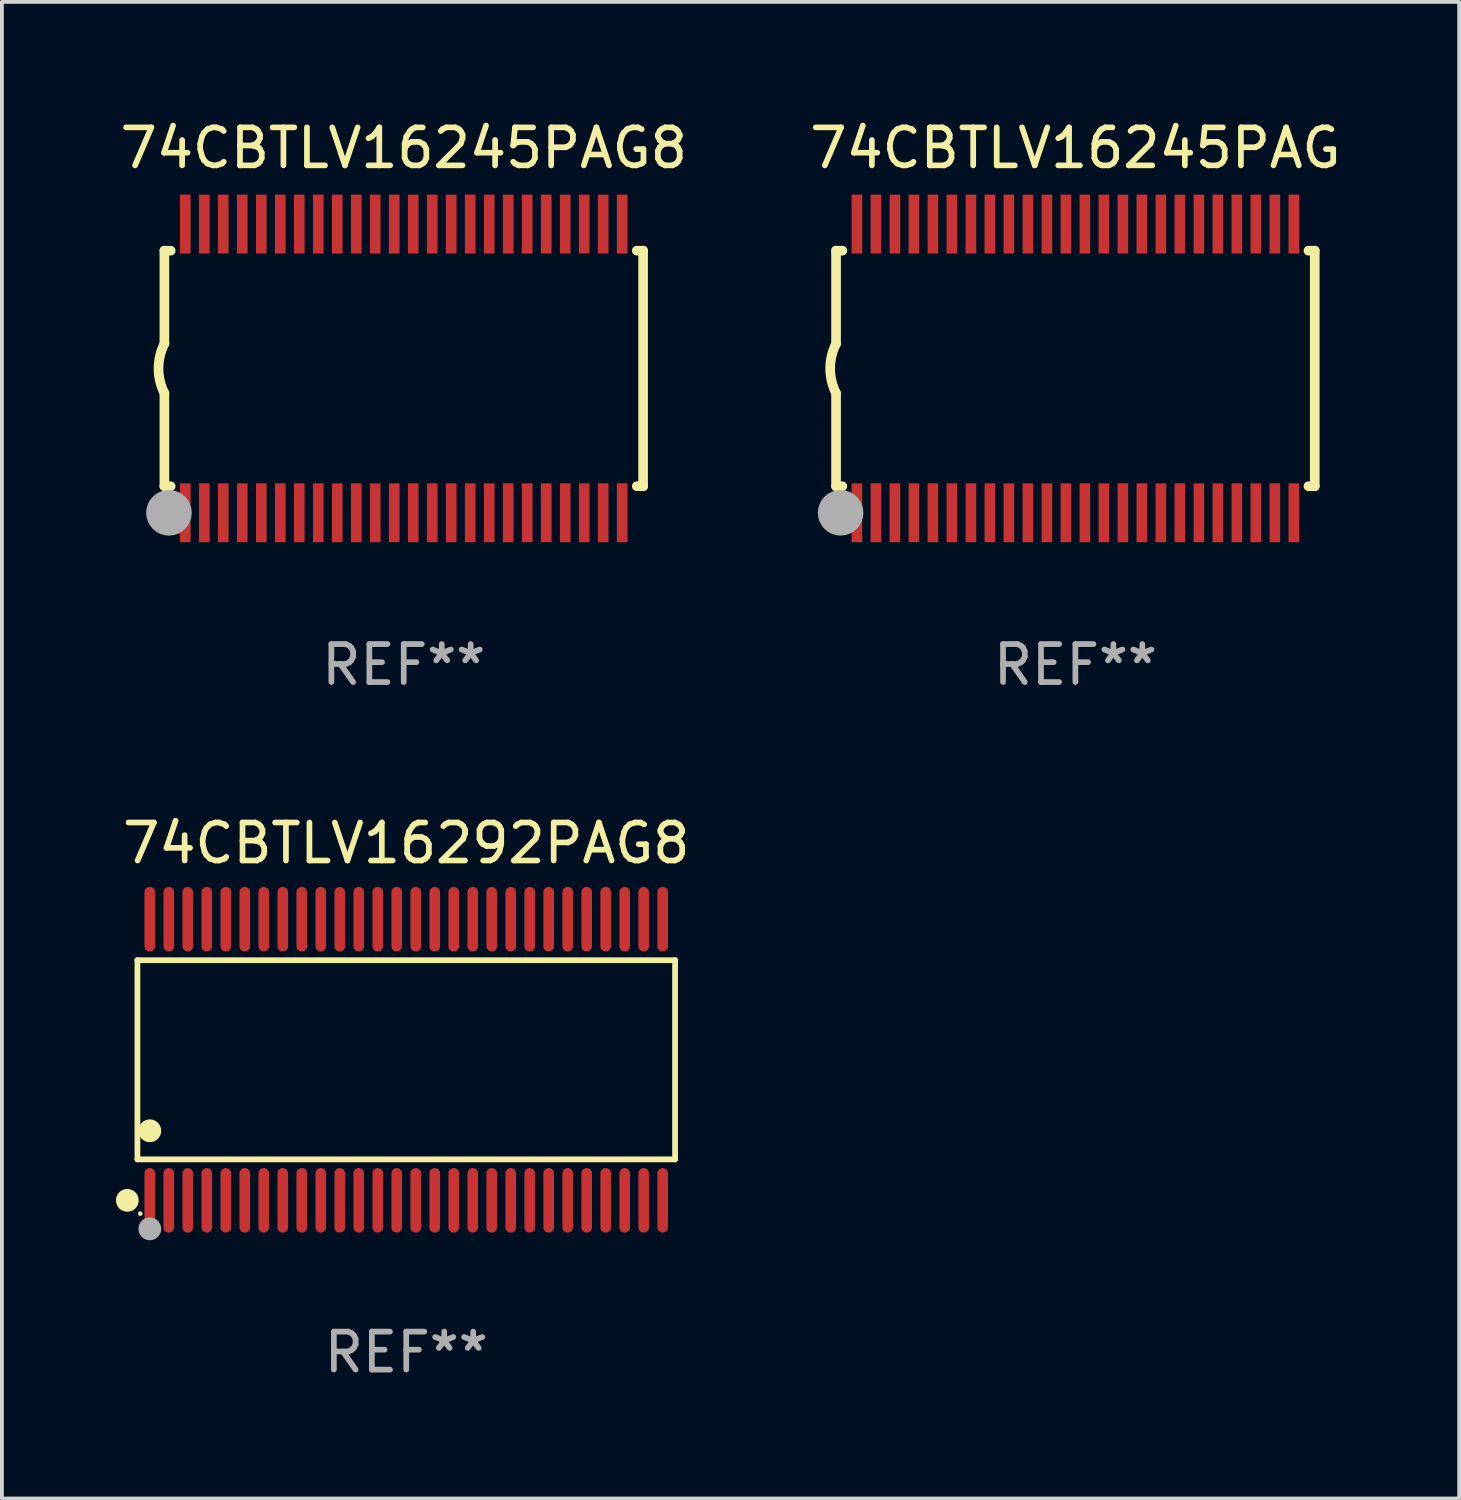
<source format=kicad_pcb>
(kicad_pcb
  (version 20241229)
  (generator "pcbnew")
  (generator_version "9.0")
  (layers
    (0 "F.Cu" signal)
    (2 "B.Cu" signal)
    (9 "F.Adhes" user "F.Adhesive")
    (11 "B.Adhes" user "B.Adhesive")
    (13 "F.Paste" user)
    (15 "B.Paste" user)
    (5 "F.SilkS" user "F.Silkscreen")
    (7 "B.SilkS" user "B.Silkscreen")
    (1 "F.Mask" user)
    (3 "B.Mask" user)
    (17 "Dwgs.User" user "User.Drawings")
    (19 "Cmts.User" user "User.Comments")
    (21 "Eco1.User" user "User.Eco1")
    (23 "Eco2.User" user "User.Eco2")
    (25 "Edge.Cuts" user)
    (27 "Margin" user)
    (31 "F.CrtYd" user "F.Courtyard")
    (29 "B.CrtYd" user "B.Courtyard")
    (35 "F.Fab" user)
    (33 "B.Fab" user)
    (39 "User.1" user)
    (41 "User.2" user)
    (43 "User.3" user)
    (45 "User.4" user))
  (footprint "74CBTLV16245PAG"
    (layer "F.Cu")
    (at 25.256 6.648)
    (property "Reference" "74CBTLV16245PAG" (at 0 -5.8 0) (layer "F.SilkS") (effects (font (size 1 1) (thickness 0.15))))
    (attr through_hole)
    (fp_line (start -6.3 -3.1) (end -6.3 -0.65) (stroke (width 0.254) (type solid)) (layer "F.SilkS"))
    (fp_line (start -6.3 -3.1) (end -6.134 -3.1) (stroke (width 0.254) (type solid)) (layer "F.SilkS"))
    (fp_line (start -6.3 3.1) (end -6.3 0.65) (stroke (width 0.254) (type solid)) (layer "F.SilkS"))
    (fp_line (start -6.3 3.1) (end -6.134 3.1) (stroke (width 0.254) (type solid)) (layer "F.SilkS"))
    (fp_line (start 6.134 -3.1) (end 6.3 -3.1) (stroke (width 0.254) (type solid)) (layer "F.SilkS"))
    (fp_line (start 6.134 3.1) (end 6.3 3.1) (stroke (width 0.254) (type solid)) (layer "F.SilkS"))
    (fp_line (start 6.3 -3.1) (end 6.3 3.1) (stroke (width 0.254) (type solid)) (layer "F.SilkS"))
    (fp_arc (start -6.301016 0.650114) (mid -6.45413 -0.000082) (end -6.3 -0.650038) (stroke (width 0.254001) (type solid)) (layer "F.SilkS"))
    (fp_circle (center -6.35 3.81) (end -6.223 3.81) (stroke (width 0.254) (type solid)) (fill no) (layer "F.SilkS"))
    (fp_circle (center -6.25 4.05) (end -6.22 4.05) (stroke (width 0.06) (type solid)) (fill no) (layer "F.SilkS"))
    (fp_circle (center -6.18 3.8) (end -5.88 3.8) (stroke (width 0.6) (type solid)) (fill no) (layer "F.Fab"))
    (fp_text user "REF**" (at 0 7.8 0) (layer "F.Fab") (effects (font (size 1 1) (thickness 0.15))))
    (pad "1" smd rect (at -5.75 3.8) (size 0.28 1.55) (layers "F.Cu" "F.Mask" "F.Paste"))
    (pad "2" smd rect (at -5.25 3.8) (size 0.28 1.55) (layers "F.Cu" "F.Mask" "F.Paste"))
    (pad "3" smd rect (at -4.75 3.8) (size 0.28 1.55) (layers "F.Cu" "F.Mask" "F.Paste"))
    (pad "4" smd rect (at -4.25 3.8) (size 0.28 1.55) (layers "F.Cu" "F.Mask" "F.Paste"))
    (pad "5" smd rect (at -3.75 3.8) (size 0.28 1.55) (layers "F.Cu" "F.Mask" "F.Paste"))
    (pad "6" smd rect (at -3.25 3.8) (size 0.28 1.55) (layers "F.Cu" "F.Mask" "F.Paste"))
    (pad "7" smd rect (at -2.75 3.8) (size 0.28 1.55) (layers "F.Cu" "F.Mask" "F.Paste"))
    (pad "8" smd rect (at -2.25 3.8) (size 0.28 1.55) (layers "F.Cu" "F.Mask" "F.Paste"))
    (pad "9" smd rect (at -1.75 3.8) (size 0.28 1.55) (layers "F.Cu" "F.Mask" "F.Paste"))
    (pad "10" smd rect (at -1.25 3.8) (size 0.28 1.55) (layers "F.Cu" "F.Mask" "F.Paste"))
    (pad "11" smd rect (at -0.75 3.8) (size 0.28 1.55) (layers "F.Cu" "F.Mask" "F.Paste"))
    (pad "12" smd rect (at -0.25 3.8) (size 0.28 1.55) (layers "F.Cu" "F.Mask" "F.Paste"))
    (pad "13" smd rect (at 0.25 3.8) (size 0.28 1.55) (layers "F.Cu" "F.Mask" "F.Paste"))
    (pad "14" smd rect (at 0.75 3.8) (size 0.28 1.55) (layers "F.Cu" "F.Mask" "F.Paste"))
    (pad "15" smd rect (at 1.25 3.8) (size 0.28 1.55) (layers "F.Cu" "F.Mask" "F.Paste"))
    (pad "16" smd rect (at 1.75 3.8) (size 0.28 1.55) (layers "F.Cu" "F.Mask" "F.Paste"))
    (pad "17" smd rect (at 2.25 3.8) (size 0.28 1.55) (layers "F.Cu" "F.Mask" "F.Paste"))
    (pad "18" smd rect (at 2.75 3.8) (size 0.28 1.55) (layers "F.Cu" "F.Mask" "F.Paste"))
    (pad "19" smd rect (at 3.25 3.8) (size 0.28 1.55) (layers "F.Cu" "F.Mask" "F.Paste"))
    (pad "20" smd rect (at 3.75 3.8) (size 0.28 1.55) (layers "F.Cu" "F.Mask" "F.Paste"))
    (pad "21" smd rect (at 4.25 3.8) (size 0.28 1.55) (layers "F.Cu" "F.Mask" "F.Paste"))
    (pad "22" smd rect (at 4.75 3.8) (size 0.28 1.55) (layers "F.Cu" "F.Mask" "F.Paste"))
    (pad "23" smd rect (at 5.25 3.8) (size 0.28 1.55) (layers "F.Cu" "F.Mask" "F.Paste"))
    (pad "24" smd rect (at 5.75 3.8) (size 0.28 1.55) (layers "F.Cu" "F.Mask" "F.Paste"))
    (pad "25" smd rect (at 5.75 -3.8) (size 0.28 1.55) (layers "F.Cu" "F.Mask" "F.Paste"))
    (pad "26" smd rect (at 5.25 -3.8) (size 0.28 1.55) (layers "F.Cu" "F.Mask" "F.Paste"))
    (pad "27" smd rect (at 4.75 -3.8) (size 0.28 1.55) (layers "F.Cu" "F.Mask" "F.Paste"))
    (pad "28" smd rect (at 4.25 -3.8) (size 0.28 1.55) (layers "F.Cu" "F.Mask" "F.Paste"))
    (pad "29" smd rect (at 3.75 -3.8) (size 0.28 1.55) (layers "F.Cu" "F.Mask" "F.Paste"))
    (pad "30" smd rect (at 3.25 -3.8) (size 0.28 1.55) (layers "F.Cu" "F.Mask" "F.Paste"))
    (pad "31" smd rect (at 2.75 -3.8) (size 0.28 1.55) (layers "F.Cu" "F.Mask" "F.Paste"))
    (pad "32" smd rect (at 2.25 -3.8) (size 0.28 1.55) (layers "F.Cu" "F.Mask" "F.Paste"))
    (pad "33" smd rect (at 1.75 -3.8) (size 0.28 1.55) (layers "F.Cu" "F.Mask" "F.Paste"))
    (pad "34" smd rect (at 1.25 -3.8) (size 0.28 1.55) (layers "F.Cu" "F.Mask" "F.Paste"))
    (pad "35" smd rect (at 0.75 -3.8) (size 0.28 1.55) (layers "F.Cu" "F.Mask" "F.Paste"))
    (pad "36" smd rect (at 0.25 -3.8) (size 0.28 1.55) (layers "F.Cu" "F.Mask" "F.Paste"))
    (pad "37" smd rect (at -0.25 -3.8) (size 0.28 1.55) (layers "F.Cu" "F.Mask" "F.Paste"))
    (pad "38" smd rect (at -0.75 -3.8) (size 0.28 1.55) (layers "F.Cu" "F.Mask" "F.Paste"))
    (pad "39" smd rect (at -1.25 -3.8) (size 0.28 1.55) (layers "F.Cu" "F.Mask" "F.Paste"))
    (pad "40" smd rect (at -1.75 -3.8) (size 0.28 1.55) (layers "F.Cu" "F.Mask" "F.Paste"))
    (pad "41" smd rect (at -2.25 -3.8) (size 0.28 1.55) (layers "F.Cu" "F.Mask" "F.Paste"))
    (pad "42" smd rect (at -2.75 -3.8) (size 0.28 1.55) (layers "F.Cu" "F.Mask" "F.Paste"))
    (pad "43" smd rect (at -3.25 -3.8) (size 0.28 1.55) (layers "F.Cu" "F.Mask" "F.Paste"))
    (pad "44" smd rect (at -3.75 -3.8) (size 0.28 1.55) (layers "F.Cu" "F.Mask" "F.Paste"))
    (pad "45" smd rect (at -4.25 -3.8) (size 0.28 1.55) (layers "F.Cu" "F.Mask" "F.Paste"))
    (pad "46" smd rect (at -4.75 -3.8) (size 0.28 1.55) (layers "F.Cu" "F.Mask" "F.Paste"))
    (pad "47" smd rect (at -5.25 -3.8) (size 0.28 1.55) (layers "F.Cu" "F.Mask" "F.Paste"))
    (pad "48" smd rect (at -5.75 -3.8) (size 0.28 1.55) (layers "F.Cu" "F.Mask" "F.Paste")))
  (footprint "74CBTLV16292PAG8"
    (layer "F.Cu")
    (at 7.643 24.845)
    (property "Reference" "74CBTLV16292PAG8" (at 0 -5.7 0) (layer "F.SilkS") (effects (font (size 1 1) (thickness 0.15))))
    (attr through_hole)
    (fp_line (start -7.076 -2.621) (end 7.076 -2.621) (stroke (width 0.152) (type solid)) (layer "F.SilkS"))
    (fp_line (start -7.076 2.621) (end -7.076 -2.621) (stroke (width 0.152) (type solid)) (layer "F.SilkS"))
    (fp_line (start 7.076 -2.621) (end 7.076 2.621) (stroke (width 0.152) (type solid)) (layer "F.SilkS"))
    (fp_line (start 7.076 2.621) (end -7.076 2.621) (stroke (width 0.152) (type solid)) (layer "F.SilkS"))
    (fp_circle (center -7.342 3.7) (end -7.192 3.7) (stroke (width 0.3) (type solid)) (fill no) (layer "F.SilkS"))
    (fp_circle (center -7 4.05) (end -6.97 4.05) (stroke (width 0.06) (type solid)) (fill no) (layer "F.SilkS"))
    (fp_circle (center -6.75 1.869) (end -6.6 1.869) (stroke (width 0.3) (type solid)) (fill no) (layer "F.SilkS"))
    (fp_circle (center -6.75 4.45) (end -6.6 4.45) (stroke (width 0.3) (type solid)) (fill no) (layer "F.Fab"))
    (fp_text user "REF**" (at 0 7.7 0) (layer "F.Fab") (effects (font (size 1 1) (thickness 0.15))))
    (pad "1" smd oval (at -6.75 3.7) (size 0.28 1.7) (layers "F.Cu" "F.Mask" "F.Paste"))
    (pad "2" smd oval (at -6.25 3.7) (size 0.28 1.7) (layers "F.Cu" "F.Mask" "F.Paste"))
    (pad "3" smd oval (at -5.75 3.7) (size 0.28 1.7) (layers "F.Cu" "F.Mask" "F.Paste"))
    (pad "4" smd oval (at -5.25 3.7) (size 0.28 1.7) (layers "F.Cu" "F.Mask" "F.Paste"))
    (pad "5" smd oval (at -4.75 3.7) (size 0.28 1.7) (layers "F.Cu" "F.Mask" "F.Paste"))
    (pad "6" smd oval (at -4.25 3.7) (size 0.28 1.7) (layers "F.Cu" "F.Mask" "F.Paste"))
    (pad "7" smd oval (at -3.75 3.7) (size 0.28 1.7) (layers "F.Cu" "F.Mask" "F.Paste"))
    (pad "8" smd oval (at -3.25 3.7) (size 0.28 1.7) (layers "F.Cu" "F.Mask" "F.Paste"))
    (pad "9" smd oval (at -2.75 3.7) (size 0.28 1.7) (layers "F.Cu" "F.Mask" "F.Paste"))
    (pad "10" smd oval (at -2.25 3.7) (size 0.28 1.7) (layers "F.Cu" "F.Mask" "F.Paste"))
    (pad "11" smd oval (at -1.75 3.7) (size 0.28 1.7) (layers "F.Cu" "F.Mask" "F.Paste"))
    (pad "12" smd oval (at -1.25 3.7) (size 0.28 1.7) (layers "F.Cu" "F.Mask" "F.Paste"))
    (pad "13" smd oval (at -0.75 3.7) (size 0.28 1.7) (layers "F.Cu" "F.Mask" "F.Paste"))
    (pad "14" smd oval (at -0.25 3.7) (size 0.28 1.7) (layers "F.Cu" "F.Mask" "F.Paste"))
    (pad "15" smd oval (at 0.25 3.7) (size 0.28 1.7) (layers "F.Cu" "F.Mask" "F.Paste"))
    (pad "16" smd oval (at 0.75 3.7) (size 0.28 1.7) (layers "F.Cu" "F.Mask" "F.Paste"))
    (pad "17" smd oval (at 1.25 3.7) (size 0.28 1.7) (layers "F.Cu" "F.Mask" "F.Paste"))
    (pad "18" smd oval (at 1.75 3.7) (size 0.28 1.7) (layers "F.Cu" "F.Mask" "F.Paste"))
    (pad "19" smd oval (at 2.25 3.7) (size 0.28 1.7) (layers "F.Cu" "F.Mask" "F.Paste"))
    (pad "20" smd oval (at 2.75 3.7) (size 0.28 1.7) (layers "F.Cu" "F.Mask" "F.Paste"))
    (pad "21" smd oval (at 3.25 3.7) (size 0.28 1.7) (layers "F.Cu" "F.Mask" "F.Paste"))
    (pad "22" smd oval (at 3.75 3.7) (size 0.28 1.7) (layers "F.Cu" "F.Mask" "F.Paste"))
    (pad "23" smd oval (at 4.25 3.7) (size 0.28 1.7) (layers "F.Cu" "F.Mask" "F.Paste"))
    (pad "24" smd oval (at 4.75 3.7) (size 0.28 1.7) (layers "F.Cu" "F.Mask" "F.Paste"))
    (pad "25" smd oval (at 5.25 3.7) (size 0.28 1.7) (layers "F.Cu" "F.Mask" "F.Paste"))
    (pad "26" smd oval (at 5.75 3.7) (size 0.28 1.7) (layers "F.Cu" "F.Mask" "F.Paste"))
    (pad "27" smd oval (at 6.25 3.7) (size 0.28 1.7) (layers "F.Cu" "F.Mask" "F.Paste"))
    (pad "28" smd oval (at 6.75 3.7) (size 0.28 1.7) (layers "F.Cu" "F.Mask" "F.Paste"))
    (pad "29" smd oval (at 6.75 -3.7) (size 0.28 1.7) (layers "F.Cu" "F.Mask" "F.Paste"))
    (pad "30" smd oval (at 6.25 -3.7) (size 0.28 1.7) (layers "F.Cu" "F.Mask" "F.Paste"))
    (pad "31" smd oval (at 5.75 -3.7) (size 0.28 1.7) (layers "F.Cu" "F.Mask" "F.Paste"))
    (pad "32" smd oval (at 5.25 -3.7) (size 0.28 1.7) (layers "F.Cu" "F.Mask" "F.Paste"))
    (pad "33" smd oval (at 4.75 -3.7) (size 0.28 1.7) (layers "F.Cu" "F.Mask" "F.Paste"))
    (pad "34" smd oval (at 4.25 -3.7) (size 0.28 1.7) (layers "F.Cu" "F.Mask" "F.Paste"))
    (pad "35" smd oval (at 3.75 -3.7) (size 0.28 1.7) (layers "F.Cu" "F.Mask" "F.Paste"))
    (pad "36" smd oval (at 3.25 -3.7) (size 0.28 1.7) (layers "F.Cu" "F.Mask" "F.Paste"))
    (pad "37" smd oval (at 2.75 -3.7) (size 0.28 1.7) (layers "F.Cu" "F.Mask" "F.Paste"))
    (pad "38" smd oval (at 2.25 -3.7) (size 0.28 1.7) (layers "F.Cu" "F.Mask" "F.Paste"))
    (pad "39" smd oval (at 1.75 -3.7) (size 0.28 1.7) (layers "F.Cu" "F.Mask" "F.Paste"))
    (pad "40" smd oval (at 1.25 -3.7) (size 0.28 1.7) (layers "F.Cu" "F.Mask" "F.Paste"))
    (pad "41" smd oval (at 0.75 -3.7) (size 0.28 1.7) (layers "F.Cu" "F.Mask" "F.Paste"))
    (pad "42" smd oval (at 0.25 -3.7) (size 0.28 1.7) (layers "F.Cu" "F.Mask" "F.Paste"))
    (pad "43" smd oval (at -0.25 -3.7) (size 0.28 1.7) (layers "F.Cu" "F.Mask" "F.Paste"))
    (pad "44" smd oval (at -0.75 -3.7) (size 0.28 1.7) (layers "F.Cu" "F.Mask" "F.Paste"))
    (pad "45" smd oval (at -1.25 -3.7) (size 0.28 1.7) (layers "F.Cu" "F.Mask" "F.Paste"))
    (pad "46" smd oval (at -1.75 -3.7) (size 0.28 1.7) (layers "F.Cu" "F.Mask" "F.Paste"))
    (pad "47" smd oval (at -2.25 -3.7) (size 0.28 1.7) (layers "F.Cu" "F.Mask" "F.Paste"))
    (pad "48" smd oval (at -2.75 -3.7) (size 0.28 1.7) (layers "F.Cu" "F.Mask" "F.Paste"))
    (pad "49" smd oval (at -3.25 -3.7) (size 0.28 1.7) (layers "F.Cu" "F.Mask" "F.Paste"))
    (pad "50" smd oval (at -3.75 -3.7) (size 0.28 1.7) (layers "F.Cu" "F.Mask" "F.Paste"))
    (pad "51" smd oval (at -4.25 -3.7) (size 0.28 1.7) (layers "F.Cu" "F.Mask" "F.Paste"))
    (pad "52" smd oval (at -4.75 -3.7) (size 0.28 1.7) (layers "F.Cu" "F.Mask" "F.Paste"))
    (pad "53" smd oval (at -5.25 -3.7) (size 0.28 1.7) (layers "F.Cu" "F.Mask" "F.Paste"))
    (pad "54" smd oval (at -5.75 -3.7) (size 0.28 1.7) (layers "F.Cu" "F.Mask" "F.Paste"))
    (pad "55" smd oval (at -6.25 -3.7) (size 0.28 1.7) (layers "F.Cu" "F.Mask" "F.Paste"))
    (pad "56" smd oval (at -6.75 -3.7) (size 0.28 1.7) (layers "F.Cu" "F.Mask" "F.Paste")))
  (footprint "74CBTLV16245PAG8"
    (layer "F.Cu")
    (at 7.577 6.648)
    (property "Reference" "74CBTLV16245PAG8" (at 0 -5.8 0) (layer "F.SilkS") (effects (font (size 1 1) (thickness 0.15))))
    (attr through_hole)
    (fp_line (start -6.3 -3.1) (end -6.3 -0.65) (stroke (width 0.254) (type solid)) (layer "F.SilkS"))
    (fp_line (start -6.3 -3.1) (end -6.134 -3.1) (stroke (width 0.254) (type solid)) (layer "F.SilkS"))
    (fp_line (start -6.3 3.1) (end -6.3 0.65) (stroke (width 0.254) (type solid)) (layer "F.SilkS"))
    (fp_line (start -6.3 3.1) (end -6.134 3.1) (stroke (width 0.254) (type solid)) (layer "F.SilkS"))
    (fp_line (start 6.134 -3.1) (end 6.3 -3.1) (stroke (width 0.254) (type solid)) (layer "F.SilkS"))
    (fp_line (start 6.134 3.1) (end 6.3 3.1) (stroke (width 0.254) (type solid)) (layer "F.SilkS"))
    (fp_line (start 6.3 -3.1) (end 6.3 3.1) (stroke (width 0.254) (type solid)) (layer "F.SilkS"))
    (fp_arc (start -6.301016 0.650114) (mid -6.45413 -0.000082) (end -6.3 -0.650038) (stroke (width 0.254001) (type solid)) (layer "F.SilkS"))
    (fp_circle (center -6.35 3.81) (end -6.223 3.81) (stroke (width 0.254) (type solid)) (fill no) (layer "F.SilkS"))
    (fp_circle (center -6.25 4.05) (end -6.22 4.05) (stroke (width 0.06) (type solid)) (fill no) (layer "F.SilkS"))
    (fp_circle (center -6.18 3.8) (end -5.88 3.8) (stroke (width 0.6) (type solid)) (fill no) (layer "F.Fab"))
    (fp_text user "REF**" (at 0 7.8 0) (layer "F.Fab") (effects (font (size 1 1) (thickness 0.15))))
    (pad "1" smd rect (at -5.75 3.8) (size 0.28 1.55) (layers "F.Cu" "F.Mask" "F.Paste"))
    (pad "2" smd rect (at -5.25 3.8) (size 0.28 1.55) (layers "F.Cu" "F.Mask" "F.Paste"))
    (pad "3" smd rect (at -4.75 3.8) (size 0.28 1.55) (layers "F.Cu" "F.Mask" "F.Paste"))
    (pad "4" smd rect (at -4.25 3.8) (size 0.28 1.55) (layers "F.Cu" "F.Mask" "F.Paste"))
    (pad "5" smd rect (at -3.75 3.8) (size 0.28 1.55) (layers "F.Cu" "F.Mask" "F.Paste"))
    (pad "6" smd rect (at -3.25 3.8) (size 0.28 1.55) (layers "F.Cu" "F.Mask" "F.Paste"))
    (pad "7" smd rect (at -2.75 3.8) (size 0.28 1.55) (layers "F.Cu" "F.Mask" "F.Paste"))
    (pad "8" smd rect (at -2.25 3.8) (size 0.28 1.55) (layers "F.Cu" "F.Mask" "F.Paste"))
    (pad "9" smd rect (at -1.75 3.8) (size 0.28 1.55) (layers "F.Cu" "F.Mask" "F.Paste"))
    (pad "10" smd rect (at -1.25 3.8) (size 0.28 1.55) (layers "F.Cu" "F.Mask" "F.Paste"))
    (pad "11" smd rect (at -0.75 3.8) (size 0.28 1.55) (layers "F.Cu" "F.Mask" "F.Paste"))
    (pad "12" smd rect (at -0.25 3.8) (size 0.28 1.55) (layers "F.Cu" "F.Mask" "F.Paste"))
    (pad "13" smd rect (at 0.25 3.8) (size 0.28 1.55) (layers "F.Cu" "F.Mask" "F.Paste"))
    (pad "14" smd rect (at 0.75 3.8) (size 0.28 1.55) (layers "F.Cu" "F.Mask" "F.Paste"))
    (pad "15" smd rect (at 1.25 3.8) (size 0.28 1.55) (layers "F.Cu" "F.Mask" "F.Paste"))
    (pad "16" smd rect (at 1.75 3.8) (size 0.28 1.55) (layers "F.Cu" "F.Mask" "F.Paste"))
    (pad "17" smd rect (at 2.25 3.8) (size 0.28 1.55) (layers "F.Cu" "F.Mask" "F.Paste"))
    (pad "18" smd rect (at 2.75 3.8) (size 0.28 1.55) (layers "F.Cu" "F.Mask" "F.Paste"))
    (pad "19" smd rect (at 3.25 3.8) (size 0.28 1.55) (layers "F.Cu" "F.Mask" "F.Paste"))
    (pad "20" smd rect (at 3.75 3.8) (size 0.28 1.55) (layers "F.Cu" "F.Mask" "F.Paste"))
    (pad "21" smd rect (at 4.25 3.8) (size 0.28 1.55) (layers "F.Cu" "F.Mask" "F.Paste"))
    (pad "22" smd rect (at 4.75 3.8) (size 0.28 1.55) (layers "F.Cu" "F.Mask" "F.Paste"))
    (pad "23" smd rect (at 5.25 3.8) (size 0.28 1.55) (layers "F.Cu" "F.Mask" "F.Paste"))
    (pad "24" smd rect (at 5.75 3.8) (size 0.28 1.55) (layers "F.Cu" "F.Mask" "F.Paste"))
    (pad "25" smd rect (at 5.75 -3.8) (size 0.28 1.55) (layers "F.Cu" "F.Mask" "F.Paste"))
    (pad "26" smd rect (at 5.25 -3.8) (size 0.28 1.55) (layers "F.Cu" "F.Mask" "F.Paste"))
    (pad "27" smd rect (at 4.75 -3.8) (size 0.28 1.55) (layers "F.Cu" "F.Mask" "F.Paste"))
    (pad "28" smd rect (at 4.25 -3.8) (size 0.28 1.55) (layers "F.Cu" "F.Mask" "F.Paste"))
    (pad "29" smd rect (at 3.75 -3.8) (size 0.28 1.55) (layers "F.Cu" "F.Mask" "F.Paste"))
    (pad "30" smd rect (at 3.25 -3.8) (size 0.28 1.55) (layers "F.Cu" "F.Mask" "F.Paste"))
    (pad "31" smd rect (at 2.75 -3.8) (size 0.28 1.55) (layers "F.Cu" "F.Mask" "F.Paste"))
    (pad "32" smd rect (at 2.25 -3.8) (size 0.28 1.55) (layers "F.Cu" "F.Mask" "F.Paste"))
    (pad "33" smd rect (at 1.75 -3.8) (size 0.28 1.55) (layers "F.Cu" "F.Mask" "F.Paste"))
    (pad "34" smd rect (at 1.25 -3.8) (size 0.28 1.55) (layers "F.Cu" "F.Mask" "F.Paste"))
    (pad "35" smd rect (at 0.75 -3.8) (size 0.28 1.55) (layers "F.Cu" "F.Mask" "F.Paste"))
    (pad "36" smd rect (at 0.25 -3.8) (size 0.28 1.55) (layers "F.Cu" "F.Mask" "F.Paste"))
    (pad "37" smd rect (at -0.25 -3.8) (size 0.28 1.55) (layers "F.Cu" "F.Mask" "F.Paste"))
    (pad "38" smd rect (at -0.75 -3.8) (size 0.28 1.55) (layers "F.Cu" "F.Mask" "F.Paste"))
    (pad "39" smd rect (at -1.25 -3.8) (size 0.28 1.55) (layers "F.Cu" "F.Mask" "F.Paste"))
    (pad "40" smd rect (at -1.75 -3.8) (size 0.28 1.55) (layers "F.Cu" "F.Mask" "F.Paste"))
    (pad "41" smd rect (at -2.25 -3.8) (size 0.28 1.55) (layers "F.Cu" "F.Mask" "F.Paste"))
    (pad "42" smd rect (at -2.75 -3.8) (size 0.28 1.55) (layers "F.Cu" "F.Mask" "F.Paste"))
    (pad "43" smd rect (at -3.25 -3.8) (size 0.28 1.55) (layers "F.Cu" "F.Mask" "F.Paste"))
    (pad "44" smd rect (at -3.75 -3.8) (size 0.28 1.55) (layers "F.Cu" "F.Mask" "F.Paste"))
    (pad "45" smd rect (at -4.25 -3.8) (size 0.28 1.55) (layers "F.Cu" "F.Mask" "F.Paste"))
    (pad "46" smd rect (at -4.75 -3.8) (size 0.28 1.55) (layers "F.Cu" "F.Mask" "F.Paste"))
    (pad "47" smd rect (at -5.25 -3.8) (size 0.28 1.55) (layers "F.Cu" "F.Mask" "F.Paste"))
    (pad "48" smd rect (at -5.75 -3.8) (size 0.28 1.55) (layers "F.Cu" "F.Mask" "F.Paste")))
  (gr_rect
    (start -3 -3)
    (end 35.357 36.393)
    (stroke (width 0.1) (type default))
    (fill no)
    (layer "Edge.Cuts")))
</source>
